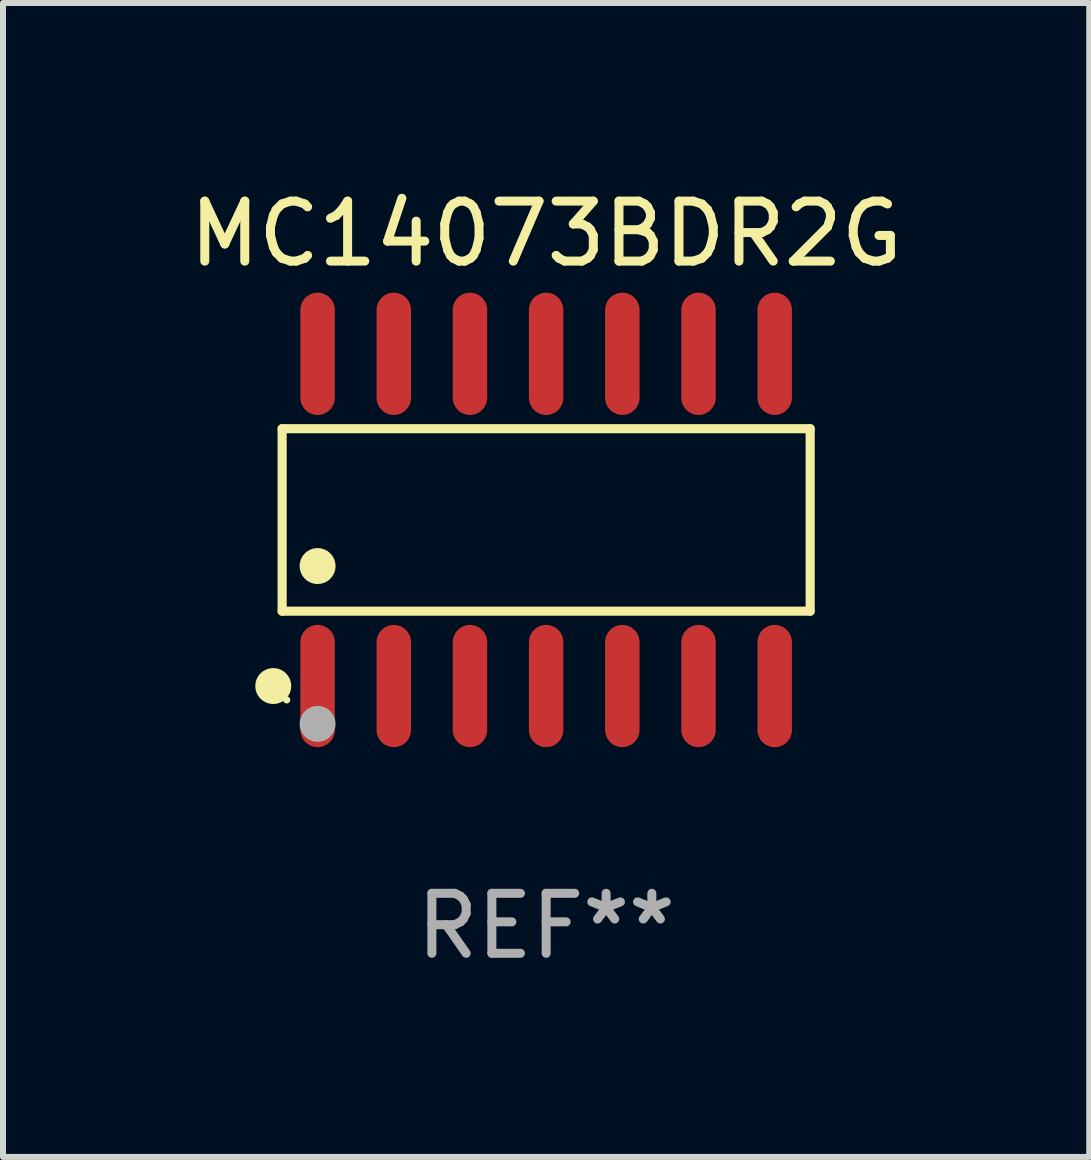
<source format=kicad_pcb>
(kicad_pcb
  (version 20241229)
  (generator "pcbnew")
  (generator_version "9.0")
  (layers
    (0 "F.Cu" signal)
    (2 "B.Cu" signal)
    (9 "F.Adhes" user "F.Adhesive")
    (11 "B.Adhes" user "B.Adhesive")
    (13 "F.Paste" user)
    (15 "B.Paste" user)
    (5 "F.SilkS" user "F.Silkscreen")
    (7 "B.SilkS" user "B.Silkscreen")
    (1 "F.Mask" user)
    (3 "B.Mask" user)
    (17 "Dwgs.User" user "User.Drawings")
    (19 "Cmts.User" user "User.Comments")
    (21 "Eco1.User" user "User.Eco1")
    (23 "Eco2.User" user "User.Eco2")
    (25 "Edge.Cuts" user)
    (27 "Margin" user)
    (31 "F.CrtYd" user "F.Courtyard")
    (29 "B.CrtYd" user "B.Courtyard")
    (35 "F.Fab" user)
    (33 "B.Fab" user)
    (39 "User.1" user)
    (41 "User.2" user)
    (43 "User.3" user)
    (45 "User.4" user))
  (footprint "MC14073BDR2G"
    (layer "F.Cu")
    (at 6.054 5.617)
    (property "Reference" "MC14073BDR2G" (at 0 -4.769 0) (layer "F.SilkS") (effects (font (size 1 1) (thickness 0.15))))
    (attr through_hole)
    (fp_line (start -4.401 -1.521) (end 4.401 -1.521) (stroke (width 0.152) (type solid)) (layer "F.SilkS"))
    (fp_line (start -4.401 1.521) (end -4.401 -1.521) (stroke (width 0.152) (type solid)) (layer "F.SilkS"))
    (fp_line (start 4.401 -1.521) (end 4.401 1.521) (stroke (width 0.152) (type solid)) (layer "F.SilkS"))
    (fp_line (start 4.401 1.521) (end -4.401 1.521) (stroke (width 0.152) (type solid)) (layer "F.SilkS"))
    (fp_circle (center -4.549 2.769) (end -4.399 2.769) (stroke (width 0.3) (type solid)) (fill no) (layer "F.SilkS"))
    (fp_circle (center -4.325 3) (end -4.295 3) (stroke (width 0.06) (type solid)) (fill no) (layer "F.SilkS"))
    (fp_circle (center -3.81 0.769) (end -3.66 0.769) (stroke (width 0.3) (type solid)) (fill no) (layer "F.SilkS"))
    (fp_circle (center -3.81 3.4) (end -3.66 3.4) (stroke (width 0.3) (type solid)) (fill no) (layer "F.Fab"))
    (fp_text user "REF**" (at 0 6.769 0) (layer "F.Fab") (effects (font (size 1 1) (thickness 0.15))))
    (pad "1" smd oval (at -3.81 2.769) (size 0.574 2.038) (layers "F.Cu" "F.Mask" "F.Paste"))
    (pad "2" smd oval (at -2.54 2.769) (size 0.574 2.038) (layers "F.Cu" "F.Mask" "F.Paste"))
    (pad "3" smd oval (at -1.27 2.769) (size 0.574 2.038) (layers "F.Cu" "F.Mask" "F.Paste"))
    (pad "4" smd oval (at 0 2.769) (size 0.574 2.038) (layers "F.Cu" "F.Mask" "F.Paste"))
    (pad "5" smd oval (at 1.27 2.769) (size 0.574 2.038) (layers "F.Cu" "F.Mask" "F.Paste"))
    (pad "6" smd oval (at 2.54 2.769) (size 0.574 2.038) (layers "F.Cu" "F.Mask" "F.Paste"))
    (pad "7" smd oval (at 3.81 2.769) (size 0.574 2.038) (layers "F.Cu" "F.Mask" "F.Paste"))
    (pad "8" smd oval (at 3.81 -2.769) (size 0.574 2.038) (layers "F.Cu" "F.Mask" "F.Paste"))
    (pad "9" smd oval (at 2.54 -2.769) (size 0.574 2.038) (layers "F.Cu" "F.Mask" "F.Paste"))
    (pad "10" smd oval (at 1.27 -2.769) (size 0.574 2.038) (layers "F.Cu" "F.Mask" "F.Paste"))
    (pad "11" smd oval (at 0 -2.769) (size 0.574 2.038) (layers "F.Cu" "F.Mask" "F.Paste"))
    (pad "12" smd oval (at -1.27 -2.769) (size 0.574 2.038) (layers "F.Cu" "F.Mask" "F.Paste"))
    (pad "13" smd oval (at -2.54 -2.769) (size 0.574 2.038) (layers "F.Cu" "F.Mask" "F.Paste"))
    (pad "14" smd oval (at -3.81 -2.769) (size 0.574 2.038) (layers "F.Cu" "F.Mask" "F.Paste")))
  (gr_rect
    (start -3 -3)
    (end 15.107 16.235)
    (stroke (width 0.1) (type default))
    (fill no)
    (layer "Edge.Cuts")))
</source>
